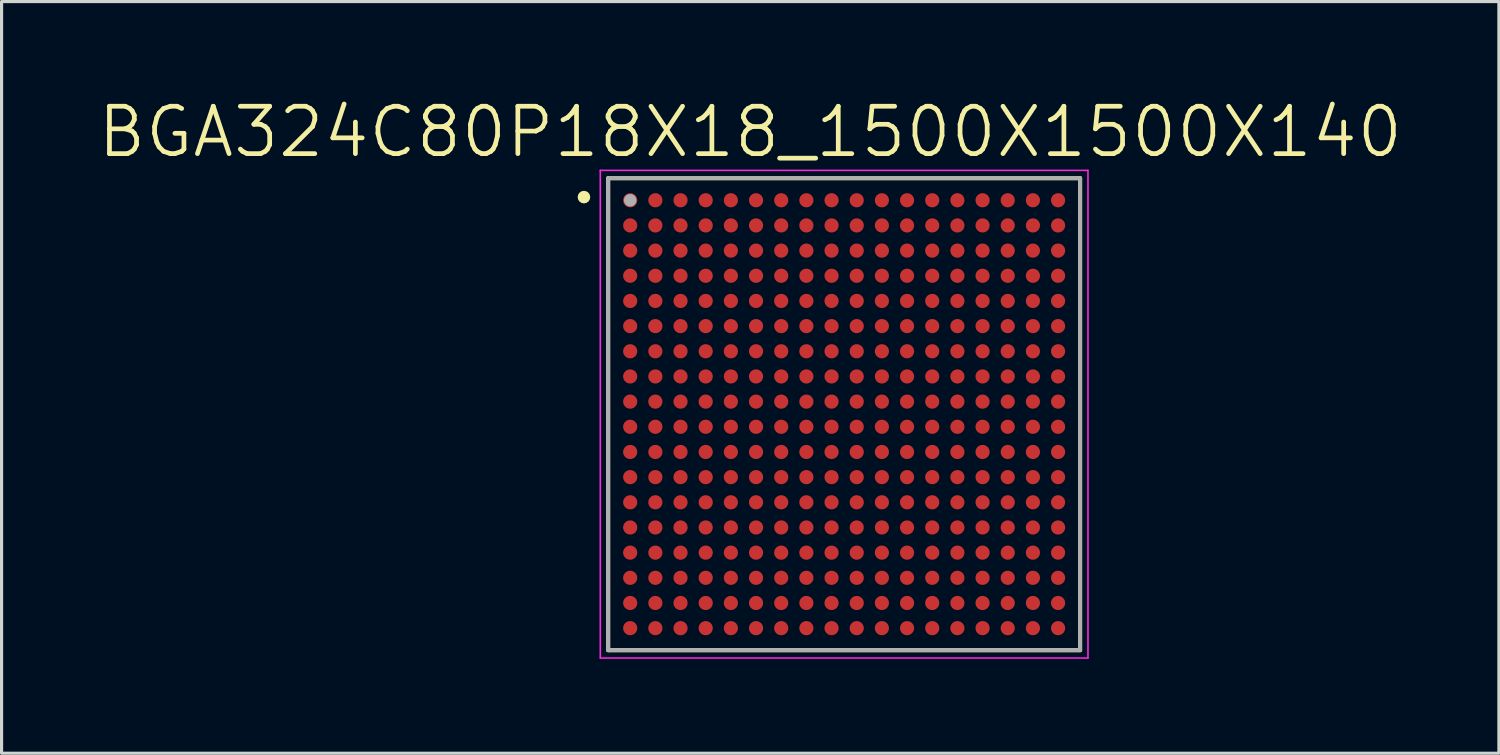
<source format=kicad_pcb>
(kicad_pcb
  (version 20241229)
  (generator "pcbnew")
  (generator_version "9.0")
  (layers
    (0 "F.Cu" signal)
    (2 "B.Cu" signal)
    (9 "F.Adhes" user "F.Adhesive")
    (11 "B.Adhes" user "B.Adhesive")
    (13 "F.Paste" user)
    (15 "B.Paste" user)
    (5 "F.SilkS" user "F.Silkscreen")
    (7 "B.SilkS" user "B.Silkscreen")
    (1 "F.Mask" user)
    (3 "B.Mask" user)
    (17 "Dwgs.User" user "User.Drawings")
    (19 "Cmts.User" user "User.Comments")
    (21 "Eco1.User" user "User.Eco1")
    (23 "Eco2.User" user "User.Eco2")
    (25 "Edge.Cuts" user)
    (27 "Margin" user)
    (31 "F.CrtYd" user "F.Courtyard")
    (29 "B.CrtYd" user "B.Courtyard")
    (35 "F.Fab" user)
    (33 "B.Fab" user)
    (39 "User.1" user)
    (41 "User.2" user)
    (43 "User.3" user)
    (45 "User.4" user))
  (footprint "BGA324C80P18X18_1500X1500X140"
    (layer "F.Cu")
    (at 23.78 10.115)
    (property "Reference" "BGA324C80P18X18_1500X1500X140" (at -2.984 -8.971 0) (layer "F.SilkS") (effects (font (size 1.506 1.506) (thickness 0.15))))
    (attr through_hole)
    (fp_line (start -7.5 -7.5) (end 7.5 -7.5) (stroke (width 0.127) (type solid)) (layer "F.SilkS"))
    (fp_line (start -7.5 7.5) (end -7.5 -7.5) (stroke (width 0.127) (type solid)) (layer "F.SilkS"))
    (fp_line (start 7.5 -7.5) (end 7.5 7.5) (stroke (width 0.127) (type solid)) (layer "F.SilkS"))
    (fp_line (start 7.5 7.5) (end -7.5 7.5) (stroke (width 0.127) (type solid)) (layer "F.SilkS"))
    (fp_circle (center -8.27 -6.9) (end -8.17 -6.9) (stroke (width 0.2) (type solid)) (fill no) (layer "F.SilkS"))
    (fp_line (start -7.75 -7.75) (end 7.75 -7.75) (stroke (width 0.05) (type solid)) (layer "F.CrtYd"))
    (fp_line (start -7.75 7.75) (end -7.75 -7.75) (stroke (width 0.05) (type solid)) (layer "F.CrtYd"))
    (fp_line (start 7.75 -7.75) (end 7.75 7.75) (stroke (width 0.05) (type solid)) (layer "F.CrtYd"))
    (fp_line (start 7.75 7.75) (end -7.75 7.75) (stroke (width 0.05) (type solid)) (layer "F.CrtYd"))
    (fp_line (start -7.5 -7.5) (end 7.5 -7.5) (stroke (width 0.127) (type solid)) (layer "F.Fab"))
    (fp_line (start -7.5 7.5) (end -7.5 -7.5) (stroke (width 0.127) (type solid)) (layer "F.Fab"))
    (fp_line (start 7.5 -7.5) (end 7.5 7.5) (stroke (width 0.127) (type solid)) (layer "F.Fab"))
    (fp_line (start 7.5 7.5) (end -7.5 7.5) (stroke (width 0.127) (type solid)) (layer "F.Fab"))
    (fp_circle (center -6.8 -6.8) (end -6.7 -6.8) (stroke (width 0.2) (type solid)) (fill no) (layer "F.Fab"))
    (pad "A1" smd circle (at -6.8 -6.8) (size 0.45 0.45) (layers "F.Cu" "F.Mask" "F.Paste"))
    (pad "A2" smd circle (at -6 -6.8) (size 0.45 0.45) (layers "F.Cu" "F.Mask" "F.Paste"))
    (pad "A3" smd circle (at -5.2 -6.8) (size 0.45 0.45) (layers "F.Cu" "F.Mask" "F.Paste"))
    (pad "A4" smd circle (at -4.4 -6.8) (size 0.45 0.45) (layers "F.Cu" "F.Mask" "F.Paste"))
    (pad "A5" smd circle (at -3.6 -6.8) (size 0.45 0.45) (layers "F.Cu" "F.Mask" "F.Paste"))
    (pad "A6" smd circle (at -2.8 -6.8) (size 0.45 0.45) (layers "F.Cu" "F.Mask" "F.Paste"))
    (pad "A7" smd circle (at -2 -6.8) (size 0.45 0.45) (layers "F.Cu" "F.Mask" "F.Paste"))
    (pad "A8" smd circle (at -1.2 -6.8) (size 0.45 0.45) (layers "F.Cu" "F.Mask" "F.Paste"))
    (pad "A9" smd circle (at -0.4 -6.8) (size 0.45 0.45) (layers "F.Cu" "F.Mask" "F.Paste"))
    (pad "A10" smd circle (at 0.4 -6.8) (size 0.45 0.45) (layers "F.Cu" "F.Mask" "F.Paste"))
    (pad "A11" smd circle (at 1.2 -6.8) (size 0.45 0.45) (layers "F.Cu" "F.Mask" "F.Paste"))
    (pad "A12" smd circle (at 2 -6.8) (size 0.45 0.45) (layers "F.Cu" "F.Mask" "F.Paste"))
    (pad "A13" smd circle (at 2.8 -6.8) (size 0.45 0.45) (layers "F.Cu" "F.Mask" "F.Paste"))
    (pad "A14" smd circle (at 3.6 -6.8) (size 0.45 0.45) (layers "F.Cu" "F.Mask" "F.Paste"))
    (pad "A15" smd circle (at 4.4 -6.8) (size 0.45 0.45) (layers "F.Cu" "F.Mask" "F.Paste"))
    (pad "A16" smd circle (at 5.2 -6.8) (size 0.45 0.45) (layers "F.Cu" "F.Mask" "F.Paste"))
    (pad "A17" smd circle (at 6 -6.8) (size 0.45 0.45) (layers "F.Cu" "F.Mask" "F.Paste"))
    (pad "A18" smd circle (at 6.8 -6.8) (size 0.45 0.45) (layers "F.Cu" "F.Mask" "F.Paste"))
    (pad "B1" smd circle (at -6.8 -6) (size 0.45 0.45) (layers "F.Cu" "F.Mask" "F.Paste"))
    (pad "B2" smd circle (at -6 -6) (size 0.45 0.45) (layers "F.Cu" "F.Mask" "F.Paste"))
    (pad "B3" smd circle (at -5.2 -6) (size 0.45 0.45) (layers "F.Cu" "F.Mask" "F.Paste"))
    (pad "B4" smd circle (at -4.4 -6) (size 0.45 0.45) (layers "F.Cu" "F.Mask" "F.Paste"))
    (pad "B5" smd circle (at -3.6 -6) (size 0.45 0.45) (layers "F.Cu" "F.Mask" "F.Paste"))
    (pad "B6" smd circle (at -2.8 -6) (size 0.45 0.45) (layers "F.Cu" "F.Mask" "F.Paste"))
    (pad "B7" smd circle (at -2 -6) (size 0.45 0.45) (layers "F.Cu" "F.Mask" "F.Paste"))
    (pad "B8" smd circle (at -1.2 -6) (size 0.45 0.45) (layers "F.Cu" "F.Mask" "F.Paste"))
    (pad "B9" smd circle (at -0.4 -6) (size 0.45 0.45) (layers "F.Cu" "F.Mask" "F.Paste"))
    (pad "B10" smd circle (at 0.4 -6) (size 0.45 0.45) (layers "F.Cu" "F.Mask" "F.Paste"))
    (pad "B11" smd circle (at 1.2 -6) (size 0.45 0.45) (layers "F.Cu" "F.Mask" "F.Paste"))
    (pad "B12" smd circle (at 2 -6) (size 0.45 0.45) (layers "F.Cu" "F.Mask" "F.Paste"))
    (pad "B13" smd circle (at 2.8 -6) (size 0.45 0.45) (layers "F.Cu" "F.Mask" "F.Paste"))
    (pad "B14" smd circle (at 3.6 -6) (size 0.45 0.45) (layers "F.Cu" "F.Mask" "F.Paste"))
    (pad "B15" smd circle (at 4.4 -6) (size 0.45 0.45) (layers "F.Cu" "F.Mask" "F.Paste"))
    (pad "B16" smd circle (at 5.2 -6) (size 0.45 0.45) (layers "F.Cu" "F.Mask" "F.Paste"))
    (pad "B17" smd circle (at 6 -6) (size 0.45 0.45) (layers "F.Cu" "F.Mask" "F.Paste"))
    (pad "B18" smd circle (at 6.8 -6) (size 0.45 0.45) (layers "F.Cu" "F.Mask" "F.Paste"))
    (pad "C1" smd circle (at -6.8 -5.2) (size 0.45 0.45) (layers "F.Cu" "F.Mask" "F.Paste"))
    (pad "C2" smd circle (at -6 -5.2) (size 0.45 0.45) (layers "F.Cu" "F.Mask" "F.Paste"))
    (pad "C3" smd circle (at -5.2 -5.2) (size 0.45 0.45) (layers "F.Cu" "F.Mask" "F.Paste"))
    (pad "C4" smd circle (at -4.4 -5.2) (size 0.45 0.45) (layers "F.Cu" "F.Mask" "F.Paste"))
    (pad "C5" smd circle (at -3.6 -5.2) (size 0.45 0.45) (layers "F.Cu" "F.Mask" "F.Paste"))
    (pad "C6" smd circle (at -2.8 -5.2) (size 0.45 0.45) (layers "F.Cu" "F.Mask" "F.Paste"))
    (pad "C7" smd circle (at -2 -5.2) (size 0.45 0.45) (layers "F.Cu" "F.Mask" "F.Paste"))
    (pad "C8" smd circle (at -1.2 -5.2) (size 0.45 0.45) (layers "F.Cu" "F.Mask" "F.Paste"))
    (pad "C9" smd circle (at -0.4 -5.2) (size 0.45 0.45) (layers "F.Cu" "F.Mask" "F.Paste"))
    (pad "C10" smd circle (at 0.4 -5.2) (size 0.45 0.45) (layers "F.Cu" "F.Mask" "F.Paste"))
    (pad "C11" smd circle (at 1.2 -5.2) (size 0.45 0.45) (layers "F.Cu" "F.Mask" "F.Paste"))
    (pad "C12" smd circle (at 2 -5.2) (size 0.45 0.45) (layers "F.Cu" "F.Mask" "F.Paste"))
    (pad "C13" smd circle (at 2.8 -5.2) (size 0.45 0.45) (layers "F.Cu" "F.Mask" "F.Paste"))
    (pad "C14" smd circle (at 3.6 -5.2) (size 0.45 0.45) (layers "F.Cu" "F.Mask" "F.Paste"))
    (pad "C15" smd circle (at 4.4 -5.2) (size 0.45 0.45) (layers "F.Cu" "F.Mask" "F.Paste"))
    (pad "C16" smd circle (at 5.2 -5.2) (size 0.45 0.45) (layers "F.Cu" "F.Mask" "F.Paste"))
    (pad "C17" smd circle (at 6 -5.2) (size 0.45 0.45) (layers "F.Cu" "F.Mask" "F.Paste"))
    (pad "C18" smd circle (at 6.8 -5.2) (size 0.45 0.45) (layers "F.Cu" "F.Mask" "F.Paste"))
    (pad "D1" smd circle (at -6.8 -4.4) (size 0.45 0.45) (layers "F.Cu" "F.Mask" "F.Paste"))
    (pad "D2" smd circle (at -6 -4.4) (size 0.45 0.45) (layers "F.Cu" "F.Mask" "F.Paste"))
    (pad "D3" smd circle (at -5.2 -4.4) (size 0.45 0.45) (layers "F.Cu" "F.Mask" "F.Paste"))
    (pad "D4" smd circle (at -4.4 -4.4) (size 0.45 0.45) (layers "F.Cu" "F.Mask" "F.Paste"))
    (pad "D5" smd circle (at -3.6 -4.4) (size 0.45 0.45) (layers "F.Cu" "F.Mask" "F.Paste"))
    (pad "D6" smd circle (at -2.8 -4.4) (size 0.45 0.45) (layers "F.Cu" "F.Mask" "F.Paste"))
    (pad "D7" smd circle (at -2 -4.4) (size 0.45 0.45) (layers "F.Cu" "F.Mask" "F.Paste"))
    (pad "D8" smd circle (at -1.2 -4.4) (size 0.45 0.45) (layers "F.Cu" "F.Mask" "F.Paste"))
    (pad "D9" smd circle (at -0.4 -4.4) (size 0.45 0.45) (layers "F.Cu" "F.Mask" "F.Paste"))
    (pad "D10" smd circle (at 0.4 -4.4) (size 0.45 0.45) (layers "F.Cu" "F.Mask" "F.Paste"))
    (pad "D11" smd circle (at 1.2 -4.4) (size 0.45 0.45) (layers "F.Cu" "F.Mask" "F.Paste"))
    (pad "D12" smd circle (at 2 -4.4) (size 0.45 0.45) (layers "F.Cu" "F.Mask" "F.Paste"))
    (pad "D13" smd circle (at 2.8 -4.4) (size 0.45 0.45) (layers "F.Cu" "F.Mask" "F.Paste"))
    (pad "D14" smd circle (at 3.6 -4.4) (size 0.45 0.45) (layers "F.Cu" "F.Mask" "F.Paste"))
    (pad "D15" smd circle (at 4.4 -4.4) (size 0.45 0.45) (layers "F.Cu" "F.Mask" "F.Paste"))
    (pad "D16" smd circle (at 5.2 -4.4) (size 0.45 0.45) (layers "F.Cu" "F.Mask" "F.Paste"))
    (pad "D17" smd circle (at 6 -4.4) (size 0.45 0.45) (layers "F.Cu" "F.Mask" "F.Paste"))
    (pad "D18" smd circle (at 6.8 -4.4) (size 0.45 0.45) (layers "F.Cu" "F.Mask" "F.Paste"))
    (pad "E1" smd circle (at -6.8 -3.6) (size 0.45 0.45) (layers "F.Cu" "F.Mask" "F.Paste"))
    (pad "E2" smd circle (at -6 -3.6) (size 0.45 0.45) (layers "F.Cu" "F.Mask" "F.Paste"))
    (pad "E3" smd circle (at -5.2 -3.6) (size 0.45 0.45) (layers "F.Cu" "F.Mask" "F.Paste"))
    (pad "E4" smd circle (at -4.4 -3.6) (size 0.45 0.45) (layers "F.Cu" "F.Mask" "F.Paste"))
    (pad "E5" smd circle (at -3.6 -3.6) (size 0.45 0.45) (layers "F.Cu" "F.Mask" "F.Paste"))
    (pad "E6" smd circle (at -2.8 -3.6) (size 0.45 0.45) (layers "F.Cu" "F.Mask" "F.Paste"))
    (pad "E7" smd circle (at -2 -3.6) (size 0.45 0.45) (layers "F.Cu" "F.Mask" "F.Paste"))
    (pad "E8" smd circle (at -1.2 -3.6) (size 0.45 0.45) (layers "F.Cu" "F.Mask" "F.Paste"))
    (pad "E9" smd circle (at -0.4 -3.6) (size 0.45 0.45) (layers "F.Cu" "F.Mask" "F.Paste"))
    (pad "E10" smd circle (at 0.4 -3.6) (size 0.45 0.45) (layers "F.Cu" "F.Mask" "F.Paste"))
    (pad "E11" smd circle (at 1.2 -3.6) (size 0.45 0.45) (layers "F.Cu" "F.Mask" "F.Paste"))
    (pad "E12" smd circle (at 2 -3.6) (size 0.45 0.45) (layers "F.Cu" "F.Mask" "F.Paste"))
    (pad "E13" smd circle (at 2.8 -3.6) (size 0.45 0.45) (layers "F.Cu" "F.Mask" "F.Paste"))
    (pad "E14" smd circle (at 3.6 -3.6) (size 0.45 0.45) (layers "F.Cu" "F.Mask" "F.Paste"))
    (pad "E15" smd circle (at 4.4 -3.6) (size 0.45 0.45) (layers "F.Cu" "F.Mask" "F.Paste"))
    (pad "E16" smd circle (at 5.2 -3.6) (size 0.45 0.45) (layers "F.Cu" "F.Mask" "F.Paste"))
    (pad "E17" smd circle (at 6 -3.6) (size 0.45 0.45) (layers "F.Cu" "F.Mask" "F.Paste"))
    (pad "E18" smd circle (at 6.8 -3.6) (size 0.45 0.45) (layers "F.Cu" "F.Mask" "F.Paste"))
    (pad "F1" smd circle (at -6.8 -2.8) (size 0.45 0.45) (layers "F.Cu" "F.Mask" "F.Paste"))
    (pad "F2" smd circle (at -6 -2.8) (size 0.45 0.45) (layers "F.Cu" "F.Mask" "F.Paste"))
    (pad "F3" smd circle (at -5.2 -2.8) (size 0.45 0.45) (layers "F.Cu" "F.Mask" "F.Paste"))
    (pad "F4" smd circle (at -4.4 -2.8) (size 0.45 0.45) (layers "F.Cu" "F.Mask" "F.Paste"))
    (pad "F5" smd circle (at -3.6 -2.8) (size 0.45 0.45) (layers "F.Cu" "F.Mask" "F.Paste"))
    (pad "F6" smd circle (at -2.8 -2.8) (size 0.45 0.45) (layers "F.Cu" "F.Mask" "F.Paste"))
    (pad "F7" smd circle (at -2 -2.8) (size 0.45 0.45) (layers "F.Cu" "F.Mask" "F.Paste"))
    (pad "F8" smd circle (at -1.2 -2.8) (size 0.45 0.45) (layers "F.Cu" "F.Mask" "F.Paste"))
    (pad "F9" smd circle (at -0.4 -2.8) (size 0.45 0.45) (layers "F.Cu" "F.Mask" "F.Paste"))
    (pad "F10" smd circle (at 0.4 -2.8) (size 0.45 0.45) (layers "F.Cu" "F.Mask" "F.Paste"))
    (pad "F11" smd circle (at 1.2 -2.8) (size 0.45 0.45) (layers "F.Cu" "F.Mask" "F.Paste"))
    (pad "F12" smd circle (at 2 -2.8) (size 0.45 0.45) (layers "F.Cu" "F.Mask" "F.Paste"))
    (pad "F13" smd circle (at 2.8 -2.8) (size 0.45 0.45) (layers "F.Cu" "F.Mask" "F.Paste"))
    (pad "F14" smd circle (at 3.6 -2.8) (size 0.45 0.45) (layers "F.Cu" "F.Mask" "F.Paste"))
    (pad "F15" smd circle (at 4.4 -2.8) (size 0.45 0.45) (layers "F.Cu" "F.Mask" "F.Paste"))
    (pad "F16" smd circle (at 5.2 -2.8) (size 0.45 0.45) (layers "F.Cu" "F.Mask" "F.Paste"))
    (pad "F17" smd circle (at 6 -2.8) (size 0.45 0.45) (layers "F.Cu" "F.Mask" "F.Paste"))
    (pad "F18" smd circle (at 6.8 -2.8) (size 0.45 0.45) (layers "F.Cu" "F.Mask" "F.Paste"))
    (pad "G1" smd circle (at -6.8 -2) (size 0.45 0.45) (layers "F.Cu" "F.Mask" "F.Paste"))
    (pad "G2" smd circle (at -6 -2) (size 0.45 0.45) (layers "F.Cu" "F.Mask" "F.Paste"))
    (pad "G3" smd circle (at -5.2 -2) (size 0.45 0.45) (layers "F.Cu" "F.Mask" "F.Paste"))
    (pad "G4" smd circle (at -4.4 -2) (size 0.45 0.45) (layers "F.Cu" "F.Mask" "F.Paste"))
    (pad "G5" smd circle (at -3.6 -2) (size 0.45 0.45) (layers "F.Cu" "F.Mask" "F.Paste"))
    (pad "G6" smd circle (at -2.8 -2) (size 0.45 0.45) (layers "F.Cu" "F.Mask" "F.Paste"))
    (pad "G7" smd circle (at -2 -2) (size 0.45 0.45) (layers "F.Cu" "F.Mask" "F.Paste"))
    (pad "G8" smd circle (at -1.2 -2) (size 0.45 0.45) (layers "F.Cu" "F.Mask" "F.Paste"))
    (pad "G9" smd circle (at -0.4 -2) (size 0.45 0.45) (layers "F.Cu" "F.Mask" "F.Paste"))
    (pad "G10" smd circle (at 0.4 -2) (size 0.45 0.45) (layers "F.Cu" "F.Mask" "F.Paste"))
    (pad "G11" smd circle (at 1.2 -2) (size 0.45 0.45) (layers "F.Cu" "F.Mask" "F.Paste"))
    (pad "G12" smd circle (at 2 -2) (size 0.45 0.45) (layers "F.Cu" "F.Mask" "F.Paste"))
    (pad "G13" smd circle (at 2.8 -2) (size 0.45 0.45) (layers "F.Cu" "F.Mask" "F.Paste"))
    (pad "G14" smd circle (at 3.6 -2) (size 0.45 0.45) (layers "F.Cu" "F.Mask" "F.Paste"))
    (pad "G15" smd circle (at 4.4 -2) (size 0.45 0.45) (layers "F.Cu" "F.Mask" "F.Paste"))
    (pad "G16" smd circle (at 5.2 -2) (size 0.45 0.45) (layers "F.Cu" "F.Mask" "F.Paste"))
    (pad "G17" smd circle (at 6 -2) (size 0.45 0.45) (layers "F.Cu" "F.Mask" "F.Paste"))
    (pad "G18" smd circle (at 6.8 -2) (size 0.45 0.45) (layers "F.Cu" "F.Mask" "F.Paste"))
    (pad "H1" smd circle (at -6.8 -1.2) (size 0.45 0.45) (layers "F.Cu" "F.Mask" "F.Paste"))
    (pad "H2" smd circle (at -6 -1.2) (size 0.45 0.45) (layers "F.Cu" "F.Mask" "F.Paste"))
    (pad "H3" smd circle (at -5.2 -1.2) (size 0.45 0.45) (layers "F.Cu" "F.Mask" "F.Paste"))
    (pad "H4" smd circle (at -4.4 -1.2) (size 0.45 0.45) (layers "F.Cu" "F.Mask" "F.Paste"))
    (pad "H5" smd circle (at -3.6 -1.2) (size 0.45 0.45) (layers "F.Cu" "F.Mask" "F.Paste"))
    (pad "H6" smd circle (at -2.8 -1.2) (size 0.45 0.45) (layers "F.Cu" "F.Mask" "F.Paste"))
    (pad "H7" smd circle (at -2 -1.2) (size 0.45 0.45) (layers "F.Cu" "F.Mask" "F.Paste"))
    (pad "H8" smd circle (at -1.2 -1.2) (size 0.45 0.45) (layers "F.Cu" "F.Mask" "F.Paste"))
    (pad "H9" smd circle (at -0.4 -1.2) (size 0.45 0.45) (layers "F.Cu" "F.Mask" "F.Paste"))
    (pad "H10" smd circle (at 0.4 -1.2) (size 0.45 0.45) (layers "F.Cu" "F.Mask" "F.Paste"))
    (pad "H11" smd circle (at 1.2 -1.2) (size 0.45 0.45) (layers "F.Cu" "F.Mask" "F.Paste"))
    (pad "H12" smd circle (at 2 -1.2) (size 0.45 0.45) (layers "F.Cu" "F.Mask" "F.Paste"))
    (pad "H13" smd circle (at 2.8 -1.2) (size 0.45 0.45) (layers "F.Cu" "F.Mask" "F.Paste"))
    (pad "H14" smd circle (at 3.6 -1.2) (size 0.45 0.45) (layers "F.Cu" "F.Mask" "F.Paste"))
    (pad "H15" smd circle (at 4.4 -1.2) (size 0.45 0.45) (layers "F.Cu" "F.Mask" "F.Paste"))
    (pad "H16" smd circle (at 5.2 -1.2) (size 0.45 0.45) (layers "F.Cu" "F.Mask" "F.Paste"))
    (pad "H17" smd circle (at 6 -1.2) (size 0.45 0.45) (layers "F.Cu" "F.Mask" "F.Paste"))
    (pad "H18" smd circle (at 6.8 -1.2) (size 0.45 0.45) (layers "F.Cu" "F.Mask" "F.Paste"))
    (pad "J1" smd circle (at -6.8 -0.4) (size 0.45 0.45) (layers "F.Cu" "F.Mask" "F.Paste"))
    (pad "J2" smd circle (at -6 -0.4) (size 0.45 0.45) (layers "F.Cu" "F.Mask" "F.Paste"))
    (pad "J3" smd circle (at -5.2 -0.4) (size 0.45 0.45) (layers "F.Cu" "F.Mask" "F.Paste"))
    (pad "J4" smd circle (at -4.4 -0.4) (size 0.45 0.45) (layers "F.Cu" "F.Mask" "F.Paste"))
    (pad "J5" smd circle (at -3.6 -0.4) (size 0.45 0.45) (layers "F.Cu" "F.Mask" "F.Paste"))
    (pad "J6" smd circle (at -2.8 -0.4) (size 0.45 0.45) (layers "F.Cu" "F.Mask" "F.Paste"))
    (pad "J7" smd circle (at -2 -0.4) (size 0.45 0.45) (layers "F.Cu" "F.Mask" "F.Paste"))
    (pad "J8" smd circle (at -1.2 -0.4) (size 0.45 0.45) (layers "F.Cu" "F.Mask" "F.Paste"))
    (pad "J9" smd circle (at -0.4 -0.4) (size 0.45 0.45) (layers "F.Cu" "F.Mask" "F.Paste"))
    (pad "J10" smd circle (at 0.4 -0.4) (size 0.45 0.45) (layers "F.Cu" "F.Mask" "F.Paste"))
    (pad "J11" smd circle (at 1.2 -0.4) (size 0.45 0.45) (layers "F.Cu" "F.Mask" "F.Paste"))
    (pad "J12" smd circle (at 2 -0.4) (size 0.45 0.45) (layers "F.Cu" "F.Mask" "F.Paste"))
    (pad "J13" smd circle (at 2.8 -0.4) (size 0.45 0.45) (layers "F.Cu" "F.Mask" "F.Paste"))
    (pad "J14" smd circle (at 3.6 -0.4) (size 0.45 0.45) (layers "F.Cu" "F.Mask" "F.Paste"))
    (pad "J15" smd circle (at 4.4 -0.4) (size 0.45 0.45) (layers "F.Cu" "F.Mask" "F.Paste"))
    (pad "J16" smd circle (at 5.2 -0.4) (size 0.45 0.45) (layers "F.Cu" "F.Mask" "F.Paste"))
    (pad "J17" smd circle (at 6 -0.4) (size 0.45 0.45) (layers "F.Cu" "F.Mask" "F.Paste"))
    (pad "J18" smd circle (at 6.8 -0.4) (size 0.45 0.45) (layers "F.Cu" "F.Mask" "F.Paste"))
    (pad "K1" smd circle (at -6.8 0.4) (size 0.45 0.45) (layers "F.Cu" "F.Mask" "F.Paste"))
    (pad "K2" smd circle (at -6 0.4) (size 0.45 0.45) (layers "F.Cu" "F.Mask" "F.Paste"))
    (pad "K3" smd circle (at -5.2 0.4) (size 0.45 0.45) (layers "F.Cu" "F.Mask" "F.Paste"))
    (pad "K4" smd circle (at -4.4 0.4) (size 0.45 0.45) (layers "F.Cu" "F.Mask" "F.Paste"))
    (pad "K5" smd circle (at -3.6 0.4) (size 0.45 0.45) (layers "F.Cu" "F.Mask" "F.Paste"))
    (pad "K6" smd circle (at -2.8 0.4) (size 0.45 0.45) (layers "F.Cu" "F.Mask" "F.Paste"))
    (pad "K7" smd circle (at -2 0.4) (size 0.45 0.45) (layers "F.Cu" "F.Mask" "F.Paste"))
    (pad "K8" smd circle (at -1.2 0.4) (size 0.45 0.45) (layers "F.Cu" "F.Mask" "F.Paste"))
    (pad "K9" smd circle (at -0.4 0.4) (size 0.45 0.45) (layers "F.Cu" "F.Mask" "F.Paste"))
    (pad "K10" smd circle (at 0.4 0.4) (size 0.45 0.45) (layers "F.Cu" "F.Mask" "F.Paste"))
    (pad "K11" smd circle (at 1.2 0.4) (size 0.45 0.45) (layers "F.Cu" "F.Mask" "F.Paste"))
    (pad "K12" smd circle (at 2 0.4) (size 0.45 0.45) (layers "F.Cu" "F.Mask" "F.Paste"))
    (pad "K13" smd circle (at 2.8 0.4) (size 0.45 0.45) (layers "F.Cu" "F.Mask" "F.Paste"))
    (pad "K14" smd circle (at 3.6 0.4) (size 0.45 0.45) (layers "F.Cu" "F.Mask" "F.Paste"))
    (pad "K15" smd circle (at 4.4 0.4) (size 0.45 0.45) (layers "F.Cu" "F.Mask" "F.Paste"))
    (pad "K16" smd circle (at 5.2 0.4) (size 0.45 0.45) (layers "F.Cu" "F.Mask" "F.Paste"))
    (pad "K17" smd circle (at 6 0.4) (size 0.45 0.45) (layers "F.Cu" "F.Mask" "F.Paste"))
    (pad "K18" smd circle (at 6.8 0.4) (size 0.45 0.45) (layers "F.Cu" "F.Mask" "F.Paste"))
    (pad "L1" smd circle (at -6.8 1.2) (size 0.45 0.45) (layers "F.Cu" "F.Mask" "F.Paste"))
    (pad "L2" smd circle (at -6 1.2) (size 0.45 0.45) (layers "F.Cu" "F.Mask" "F.Paste"))
    (pad "L3" smd circle (at -5.2 1.2) (size 0.45 0.45) (layers "F.Cu" "F.Mask" "F.Paste"))
    (pad "L4" smd circle (at -4.4 1.2) (size 0.45 0.45) (layers "F.Cu" "F.Mask" "F.Paste"))
    (pad "L5" smd circle (at -3.6 1.2) (size 0.45 0.45) (layers "F.Cu" "F.Mask" "F.Paste"))
    (pad "L6" smd circle (at -2.8 1.2) (size 0.45 0.45) (layers "F.Cu" "F.Mask" "F.Paste"))
    (pad "L7" smd circle (at -2 1.2) (size 0.45 0.45) (layers "F.Cu" "F.Mask" "F.Paste"))
    (pad "L8" smd circle (at -1.2 1.2) (size 0.45 0.45) (layers "F.Cu" "F.Mask" "F.Paste"))
    (pad "L9" smd circle (at -0.4 1.2) (size 0.45 0.45) (layers "F.Cu" "F.Mask" "F.Paste"))
    (pad "L10" smd circle (at 0.4 1.2) (size 0.45 0.45) (layers "F.Cu" "F.Mask" "F.Paste"))
    (pad "L11" smd circle (at 1.2 1.2) (size 0.45 0.45) (layers "F.Cu" "F.Mask" "F.Paste"))
    (pad "L12" smd circle (at 2 1.2) (size 0.45 0.45) (layers "F.Cu" "F.Mask" "F.Paste"))
    (pad "L13" smd circle (at 2.8 1.2) (size 0.45 0.45) (layers "F.Cu" "F.Mask" "F.Paste"))
    (pad "L14" smd circle (at 3.6 1.2) (size 0.45 0.45) (layers "F.Cu" "F.Mask" "F.Paste"))
    (pad "L15" smd circle (at 4.4 1.2) (size 0.45 0.45) (layers "F.Cu" "F.Mask" "F.Paste"))
    (pad "L16" smd circle (at 5.2 1.2) (size 0.45 0.45) (layers "F.Cu" "F.Mask" "F.Paste"))
    (pad "L17" smd circle (at 6 1.2) (size 0.45 0.45) (layers "F.Cu" "F.Mask" "F.Paste"))
    (pad "L18" smd circle (at 6.8 1.2) (size 0.45 0.45) (layers "F.Cu" "F.Mask" "F.Paste"))
    (pad "M1" smd circle (at -6.8 2) (size 0.45 0.45) (layers "F.Cu" "F.Mask" "F.Paste"))
    (pad "M2" smd circle (at -6 2) (size 0.45 0.45) (layers "F.Cu" "F.Mask" "F.Paste"))
    (pad "M3" smd circle (at -5.2 2) (size 0.45 0.45) (layers "F.Cu" "F.Mask" "F.Paste"))
    (pad "M4" smd circle (at -4.4 2) (size 0.45 0.45) (layers "F.Cu" "F.Mask" "F.Paste"))
    (pad "M5" smd circle (at -3.6 2) (size 0.45 0.45) (layers "F.Cu" "F.Mask" "F.Paste"))
    (pad "M6" smd circle (at -2.8 2) (size 0.45 0.45) (layers "F.Cu" "F.Mask" "F.Paste"))
    (pad "M7" smd circle (at -2 2) (size 0.45 0.45) (layers "F.Cu" "F.Mask" "F.Paste"))
    (pad "M8" smd circle (at -1.2 2) (size 0.45 0.45) (layers "F.Cu" "F.Mask" "F.Paste"))
    (pad "M9" smd circle (at -0.4 2) (size 0.45 0.45) (layers "F.Cu" "F.Mask" "F.Paste"))
    (pad "M10" smd circle (at 0.4 2) (size 0.45 0.45) (layers "F.Cu" "F.Mask" "F.Paste"))
    (pad "M11" smd circle (at 1.2 2) (size 0.45 0.45) (layers "F.Cu" "F.Mask" "F.Paste"))
    (pad "M12" smd circle (at 2 2) (size 0.45 0.45) (layers "F.Cu" "F.Mask" "F.Paste"))
    (pad "M13" smd circle (at 2.8 2) (size 0.45 0.45) (layers "F.Cu" "F.Mask" "F.Paste"))
    (pad "M14" smd circle (at 3.6 2) (size 0.45 0.45) (layers "F.Cu" "F.Mask" "F.Paste"))
    (pad "M15" smd circle (at 4.4 2) (size 0.45 0.45) (layers "F.Cu" "F.Mask" "F.Paste"))
    (pad "M16" smd circle (at 5.2 2) (size 0.45 0.45) (layers "F.Cu" "F.Mask" "F.Paste"))
    (pad "M17" smd circle (at 6 2) (size 0.45 0.45) (layers "F.Cu" "F.Mask" "F.Paste"))
    (pad "M18" smd circle (at 6.8 2) (size 0.45 0.45) (layers "F.Cu" "F.Mask" "F.Paste"))
    (pad "N1" smd circle (at -6.8 2.8) (size 0.45 0.45) (layers "F.Cu" "F.Mask" "F.Paste"))
    (pad "N2" smd circle (at -6 2.8) (size 0.45 0.45) (layers "F.Cu" "F.Mask" "F.Paste"))
    (pad "N3" smd circle (at -5.2 2.8) (size 0.45 0.45) (layers "F.Cu" "F.Mask" "F.Paste"))
    (pad "N4" smd circle (at -4.4 2.8) (size 0.45 0.45) (layers "F.Cu" "F.Mask" "F.Paste"))
    (pad "N5" smd circle (at -3.6 2.8) (size 0.45 0.45) (layers "F.Cu" "F.Mask" "F.Paste"))
    (pad "N6" smd circle (at -2.8 2.8) (size 0.45 0.45) (layers "F.Cu" "F.Mask" "F.Paste"))
    (pad "N7" smd circle (at -2 2.8) (size 0.45 0.45) (layers "F.Cu" "F.Mask" "F.Paste"))
    (pad "N8" smd circle (at -1.2 2.8) (size 0.45 0.45) (layers "F.Cu" "F.Mask" "F.Paste"))
    (pad "N9" smd circle (at -0.4 2.8) (size 0.45 0.45) (layers "F.Cu" "F.Mask" "F.Paste"))
    (pad "N10" smd circle (at 0.4 2.8) (size 0.45 0.45) (layers "F.Cu" "F.Mask" "F.Paste"))
    (pad "N11" smd circle (at 1.2 2.8) (size 0.45 0.45) (layers "F.Cu" "F.Mask" "F.Paste"))
    (pad "N12" smd circle (at 2 2.8) (size 0.45 0.45) (layers "F.Cu" "F.Mask" "F.Paste"))
    (pad "N13" smd circle (at 2.8 2.8) (size 0.45 0.45) (layers "F.Cu" "F.Mask" "F.Paste"))
    (pad "N14" smd circle (at 3.6 2.8) (size 0.45 0.45) (layers "F.Cu" "F.Mask" "F.Paste"))
    (pad "N15" smd circle (at 4.4 2.8) (size 0.45 0.45) (layers "F.Cu" "F.Mask" "F.Paste"))
    (pad "N16" smd circle (at 5.2 2.8) (size 0.45 0.45) (layers "F.Cu" "F.Mask" "F.Paste"))
    (pad "N17" smd circle (at 6 2.8) (size 0.45 0.45) (layers "F.Cu" "F.Mask" "F.Paste"))
    (pad "N18" smd circle (at 6.8 2.8) (size 0.45 0.45) (layers "F.Cu" "F.Mask" "F.Paste"))
    (pad "P1" smd circle (at -6.8 3.6) (size 0.45 0.45) (layers "F.Cu" "F.Mask" "F.Paste"))
    (pad "P2" smd circle (at -6 3.6) (size 0.45 0.45) (layers "F.Cu" "F.Mask" "F.Paste"))
    (pad "P3" smd circle (at -5.2 3.6) (size 0.45 0.45) (layers "F.Cu" "F.Mask" "F.Paste"))
    (pad "P4" smd circle (at -4.4 3.6) (size 0.45 0.45) (layers "F.Cu" "F.Mask" "F.Paste"))
    (pad "P5" smd circle (at -3.6 3.6) (size 0.45 0.45) (layers "F.Cu" "F.Mask" "F.Paste"))
    (pad "P6" smd circle (at -2.8 3.6) (size 0.45 0.45) (layers "F.Cu" "F.Mask" "F.Paste"))
    (pad "P7" smd circle (at -2 3.6) (size 0.45 0.45) (layers "F.Cu" "F.Mask" "F.Paste"))
    (pad "P8" smd circle (at -1.2 3.6) (size 0.45 0.45) (layers "F.Cu" "F.Mask" "F.Paste"))
    (pad "P9" smd circle (at -0.4 3.6) (size 0.45 0.45) (layers "F.Cu" "F.Mask" "F.Paste"))
    (pad "P10" smd circle (at 0.4 3.6) (size 0.45 0.45) (layers "F.Cu" "F.Mask" "F.Paste"))
    (pad "P11" smd circle (at 1.2 3.6) (size 0.45 0.45) (layers "F.Cu" "F.Mask" "F.Paste"))
    (pad "P12" smd circle (at 2 3.6) (size 0.45 0.45) (layers "F.Cu" "F.Mask" "F.Paste"))
    (pad "P13" smd circle (at 2.8 3.6) (size 0.45 0.45) (layers "F.Cu" "F.Mask" "F.Paste"))
    (pad "P14" smd circle (at 3.6 3.6) (size 0.45 0.45) (layers "F.Cu" "F.Mask" "F.Paste"))
    (pad "P15" smd circle (at 4.4 3.6) (size 0.45 0.45) (layers "F.Cu" "F.Mask" "F.Paste"))
    (pad "P16" smd circle (at 5.2 3.6) (size 0.45 0.45) (layers "F.Cu" "F.Mask" "F.Paste"))
    (pad "P17" smd circle (at 6 3.6) (size 0.45 0.45) (layers "F.Cu" "F.Mask" "F.Paste"))
    (pad "P18" smd circle (at 6.8 3.6) (size 0.45 0.45) (layers "F.Cu" "F.Mask" "F.Paste"))
    (pad "R1" smd circle (at -6.8 4.4) (size 0.45 0.45) (layers "F.Cu" "F.Mask" "F.Paste"))
    (pad "R2" smd circle (at -6 4.4) (size 0.45 0.45) (layers "F.Cu" "F.Mask" "F.Paste"))
    (pad "R3" smd circle (at -5.2 4.4) (size 0.45 0.45) (layers "F.Cu" "F.Mask" "F.Paste"))
    (pad "R4" smd circle (at -4.4 4.4) (size 0.45 0.45) (layers "F.Cu" "F.Mask" "F.Paste"))
    (pad "R5" smd circle (at -3.6 4.4) (size 0.45 0.45) (layers "F.Cu" "F.Mask" "F.Paste"))
    (pad "R6" smd circle (at -2.8 4.4) (size 0.45 0.45) (layers "F.Cu" "F.Mask" "F.Paste"))
    (pad "R7" smd circle (at -2 4.4) (size 0.45 0.45) (layers "F.Cu" "F.Mask" "F.Paste"))
    (pad "R8" smd circle (at -1.2 4.4) (size 0.45 0.45) (layers "F.Cu" "F.Mask" "F.Paste"))
    (pad "R9" smd circle (at -0.4 4.4) (size 0.45 0.45) (layers "F.Cu" "F.Mask" "F.Paste"))
    (pad "R10" smd circle (at 0.4 4.4) (size 0.45 0.45) (layers "F.Cu" "F.Mask" "F.Paste"))
    (pad "R11" smd circle (at 1.2 4.4) (size 0.45 0.45) (layers "F.Cu" "F.Mask" "F.Paste"))
    (pad "R12" smd circle (at 2 4.4) (size 0.45 0.45) (layers "F.Cu" "F.Mask" "F.Paste"))
    (pad "R13" smd circle (at 2.8 4.4) (size 0.45 0.45) (layers "F.Cu" "F.Mask" "F.Paste"))
    (pad "R14" smd circle (at 3.6 4.4) (size 0.45 0.45) (layers "F.Cu" "F.Mask" "F.Paste"))
    (pad "R15" smd circle (at 4.4 4.4) (size 0.45 0.45) (layers "F.Cu" "F.Mask" "F.Paste"))
    (pad "R16" smd circle (at 5.2 4.4) (size 0.45 0.45) (layers "F.Cu" "F.Mask" "F.Paste"))
    (pad "R17" smd circle (at 6 4.4) (size 0.45 0.45) (layers "F.Cu" "F.Mask" "F.Paste"))
    (pad "R18" smd circle (at 6.8 4.4) (size 0.45 0.45) (layers "F.Cu" "F.Mask" "F.Paste"))
    (pad "T1" smd circle (at -6.8 5.2) (size 0.45 0.45) (layers "F.Cu" "F.Mask" "F.Paste"))
    (pad "T2" smd circle (at -6 5.2) (size 0.45 0.45) (layers "F.Cu" "F.Mask" "F.Paste"))
    (pad "T3" smd circle (at -5.2 5.2) (size 0.45 0.45) (layers "F.Cu" "F.Mask" "F.Paste"))
    (pad "T4" smd circle (at -4.4 5.2) (size 0.45 0.45) (layers "F.Cu" "F.Mask" "F.Paste"))
    (pad "T5" smd circle (at -3.6 5.2) (size 0.45 0.45) (layers "F.Cu" "F.Mask" "F.Paste"))
    (pad "T6" smd circle (at -2.8 5.2) (size 0.45 0.45) (layers "F.Cu" "F.Mask" "F.Paste"))
    (pad "T7" smd circle (at -2 5.2) (size 0.45 0.45) (layers "F.Cu" "F.Mask" "F.Paste"))
    (pad "T8" smd circle (at -1.2 5.2) (size 0.45 0.45) (layers "F.Cu" "F.Mask" "F.Paste"))
    (pad "T9" smd circle (at -0.4 5.2) (size 0.45 0.45) (layers "F.Cu" "F.Mask" "F.Paste"))
    (pad "T10" smd circle (at 0.4 5.2) (size 0.45 0.45) (layers "F.Cu" "F.Mask" "F.Paste"))
    (pad "T11" smd circle (at 1.2 5.2) (size 0.45 0.45) (layers "F.Cu" "F.Mask" "F.Paste"))
    (pad "T12" smd circle (at 2 5.2) (size 0.45 0.45) (layers "F.Cu" "F.Mask" "F.Paste"))
    (pad "T13" smd circle (at 2.8 5.2) (size 0.45 0.45) (layers "F.Cu" "F.Mask" "F.Paste"))
    (pad "T14" smd circle (at 3.6 5.2) (size 0.45 0.45) (layers "F.Cu" "F.Mask" "F.Paste"))
    (pad "T15" smd circle (at 4.4 5.2) (size 0.45 0.45) (layers "F.Cu" "F.Mask" "F.Paste"))
    (pad "T16" smd circle (at 5.2 5.2) (size 0.45 0.45) (layers "F.Cu" "F.Mask" "F.Paste"))
    (pad "T17" smd circle (at 6 5.2) (size 0.45 0.45) (layers "F.Cu" "F.Mask" "F.Paste"))
    (pad "T18" smd circle (at 6.8 5.2) (size 0.45 0.45) (layers "F.Cu" "F.Mask" "F.Paste"))
    (pad "U1" smd circle (at -6.8 6) (size 0.45 0.45) (layers "F.Cu" "F.Mask" "F.Paste"))
    (pad "U2" smd circle (at -6 6) (size 0.45 0.45) (layers "F.Cu" "F.Mask" "F.Paste"))
    (pad "U3" smd circle (at -5.2 6) (size 0.45 0.45) (layers "F.Cu" "F.Mask" "F.Paste"))
    (pad "U4" smd circle (at -4.4 6) (size 0.45 0.45) (layers "F.Cu" "F.Mask" "F.Paste"))
    (pad "U5" smd circle (at -3.6 6) (size 0.45 0.45) (layers "F.Cu" "F.Mask" "F.Paste"))
    (pad "U6" smd circle (at -2.8 6) (size 0.45 0.45) (layers "F.Cu" "F.Mask" "F.Paste"))
    (pad "U7" smd circle (at -2 6) (size 0.45 0.45) (layers "F.Cu" "F.Mask" "F.Paste"))
    (pad "U8" smd circle (at -1.2 6) (size 0.45 0.45) (layers "F.Cu" "F.Mask" "F.Paste"))
    (pad "U9" smd circle (at -0.4 6) (size 0.45 0.45) (layers "F.Cu" "F.Mask" "F.Paste"))
    (pad "U10" smd circle (at 0.4 6) (size 0.45 0.45) (layers "F.Cu" "F.Mask" "F.Paste"))
    (pad "U11" smd circle (at 1.2 6) (size 0.45 0.45) (layers "F.Cu" "F.Mask" "F.Paste"))
    (pad "U12" smd circle (at 2 6) (size 0.45 0.45) (layers "F.Cu" "F.Mask" "F.Paste"))
    (pad "U13" smd circle (at 2.8 6) (size 0.45 0.45) (layers "F.Cu" "F.Mask" "F.Paste"))
    (pad "U14" smd circle (at 3.6 6) (size 0.45 0.45) (layers "F.Cu" "F.Mask" "F.Paste"))
    (pad "U15" smd circle (at 4.4 6) (size 0.45 0.45) (layers "F.Cu" "F.Mask" "F.Paste"))
    (pad "U16" smd circle (at 5.2 6) (size 0.45 0.45) (layers "F.Cu" "F.Mask" "F.Paste"))
    (pad "U17" smd circle (at 6 6) (size 0.45 0.45) (layers "F.Cu" "F.Mask" "F.Paste"))
    (pad "U18" smd circle (at 6.8 6) (size 0.45 0.45) (layers "F.Cu" "F.Mask" "F.Paste"))
    (pad "V1" smd circle (at -6.8 6.8) (size 0.45 0.45) (layers "F.Cu" "F.Mask" "F.Paste"))
    (pad "V2" smd circle (at -6 6.8) (size 0.45 0.45) (layers "F.Cu" "F.Mask" "F.Paste"))
    (pad "V3" smd circle (at -5.2 6.8) (size 0.45 0.45) (layers "F.Cu" "F.Mask" "F.Paste"))
    (pad "V4" smd circle (at -4.4 6.8) (size 0.45 0.45) (layers "F.Cu" "F.Mask" "F.Paste"))
    (pad "V5" smd circle (at -3.6 6.8) (size 0.45 0.45) (layers "F.Cu" "F.Mask" "F.Paste"))
    (pad "V6" smd circle (at -2.8 6.8) (size 0.45 0.45) (layers "F.Cu" "F.Mask" "F.Paste"))
    (pad "V7" smd circle (at -2 6.8) (size 0.45 0.45) (layers "F.Cu" "F.Mask" "F.Paste"))
    (pad "V8" smd circle (at -1.2 6.8) (size 0.45 0.45) (layers "F.Cu" "F.Mask" "F.Paste"))
    (pad "V9" smd circle (at -0.4 6.8) (size 0.45 0.45) (layers "F.Cu" "F.Mask" "F.Paste"))
    (pad "V10" smd circle (at 0.4 6.8) (size 0.45 0.45) (layers "F.Cu" "F.Mask" "F.Paste"))
    (pad "V11" smd circle (at 1.2 6.8) (size 0.45 0.45) (layers "F.Cu" "F.Mask" "F.Paste"))
    (pad "V12" smd circle (at 2 6.8) (size 0.45 0.45) (layers "F.Cu" "F.Mask" "F.Paste"))
    (pad "V13" smd circle (at 2.8 6.8) (size 0.45 0.45) (layers "F.Cu" "F.Mask" "F.Paste"))
    (pad "V14" smd circle (at 3.6 6.8) (size 0.45 0.45) (layers "F.Cu" "F.Mask" "F.Paste"))
    (pad "V15" smd circle (at 4.4 6.8) (size 0.45 0.45) (layers "F.Cu" "F.Mask" "F.Paste"))
    (pad "V16" smd circle (at 5.2 6.8) (size 0.45 0.45) (layers "F.Cu" "F.Mask" "F.Paste"))
    (pad "V17" smd circle (at 6 6.8) (size 0.45 0.45) (layers "F.Cu" "F.Mask" "F.Paste"))
    (pad "V18" smd circle (at 6.8 6.8) (size 0.45 0.45) (layers "F.Cu" "F.Mask" "F.Paste")))
  (gr_rect
    (start -3 -3)
    (end 44.591 20.89)
    (stroke (width 0.1) (type default))
    (fill no)
    (layer "Edge.Cuts")))
</source>
